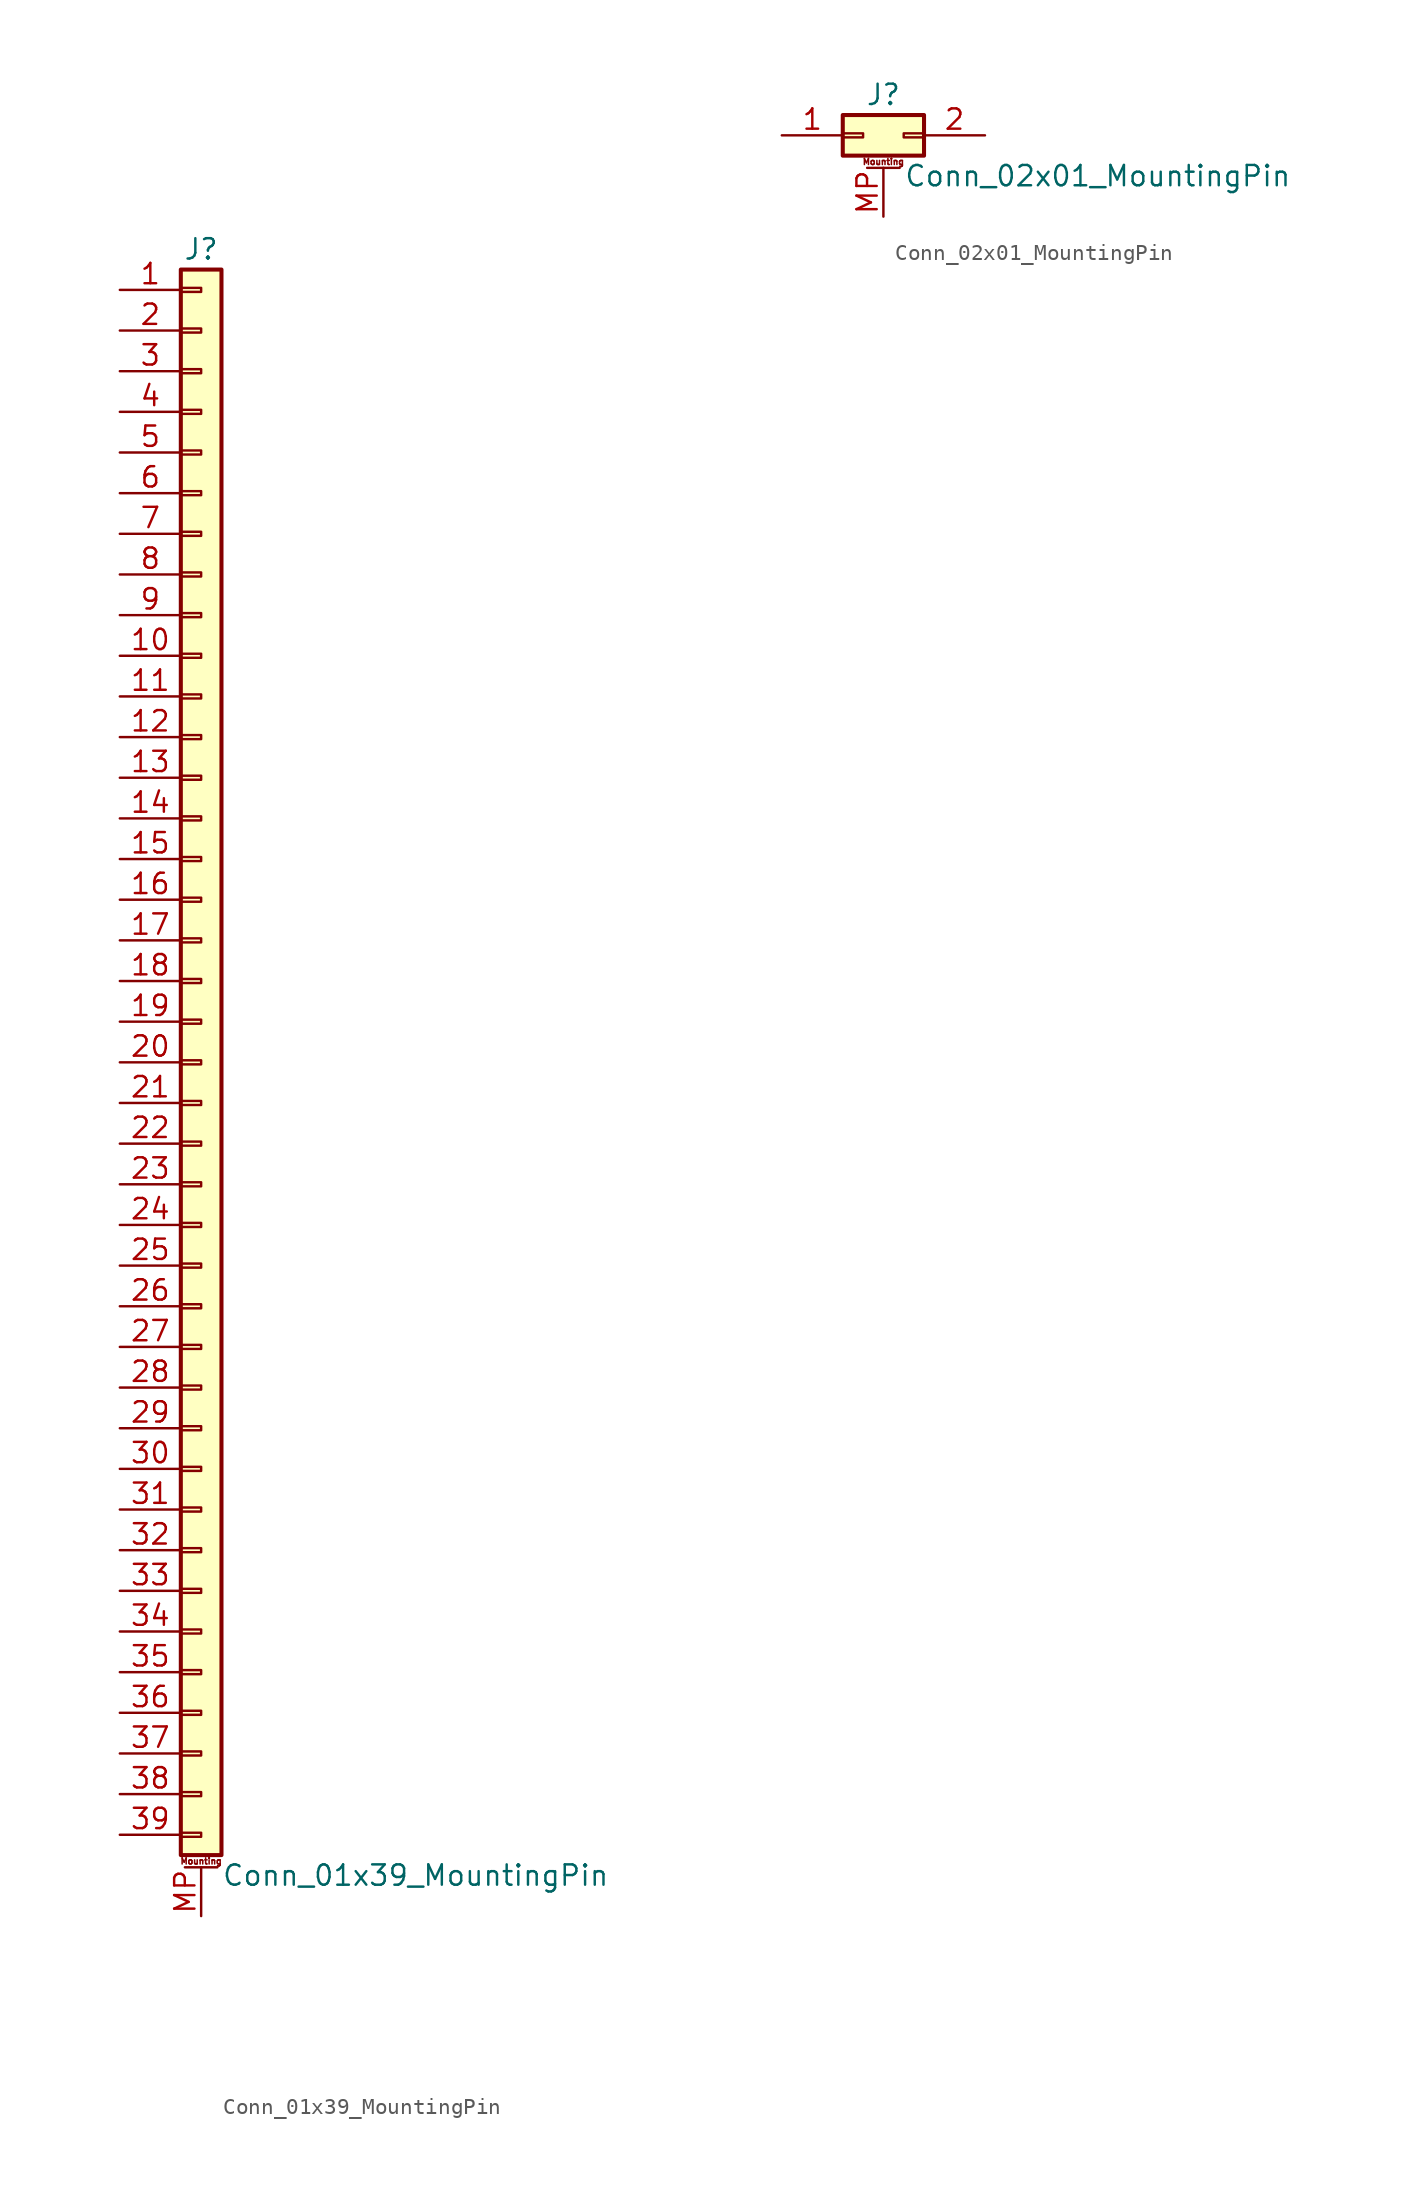
<source format=kicad_sym>
(kicad_symbol_lib
  (version 20211014)
  (generator kicad_symbol_editor)
  (symbol "Conn_01x39_MountingPin"
    (pin_names
      (offset 1.016) hide)
    (property "Reference" "J"
      (at 0 50.8 0)
      (effects (font (size 1.27 1.27))))
    (property "Value" "Conn_01x39_MountingPin"
      (at 1.27 -50.8 0)
      (effects (font (size 1.27 1.27)) (justify left)))
    (symbol "Conn_01x39_MountingPin_1_1"
      (rectangle (start -1.27 -48.133) (end 0 -48.387) (stroke (width 0.152) (type default) (color 0 0 0 0)) (fill (type none)))
      (rectangle (start -1.27 -45.593) (end 0 -45.847) (stroke (width 0.152) (type default) (color 0 0 0 0)) (fill (type none)))
      (rectangle (start -1.27 -43.053) (end 0 -43.307) (stroke (width 0.152) (type default) (color 0 0 0 0)) (fill (type none)))
      (rectangle (start -1.27 -40.513) (end 0 -40.767) (stroke (width 0.152) (type default) (color 0 0 0 0)) (fill (type none)))
      (rectangle (start -1.27 -37.973) (end 0 -38.227) (stroke (width 0.152) (type default) (color 0 0 0 0)) (fill (type none)))
      (rectangle (start -1.27 -35.433) (end 0 -35.687) (stroke (width 0.152) (type default) (color 0 0 0 0)) (fill (type none)))
      (rectangle (start -1.27 -32.893) (end 0 -33.147) (stroke (width 0.152) (type default) (color 0 0 0 0)) (fill (type none)))
      (rectangle (start -1.27 -30.353) (end 0 -30.607) (stroke (width 0.152) (type default) (color 0 0 0 0)) (fill (type none)))
      (rectangle (start -1.27 -27.813) (end 0 -28.067) (stroke (width 0.152) (type default) (color 0 0 0 0)) (fill (type none)))
      (rectangle (start -1.27 -25.273) (end 0 -25.527) (stroke (width 0.152) (type default) (color 0 0 0 0)) (fill (type none)))
      (rectangle (start -1.27 -22.733) (end 0 -22.987) (stroke (width 0.152) (type default) (color 0 0 0 0)) (fill (type none)))
      (rectangle (start -1.27 -20.193) (end 0 -20.447) (stroke (width 0.152) (type default) (color 0 0 0 0)) (fill (type none)))
      (rectangle (start -1.27 -17.653) (end 0 -17.907) (stroke (width 0.152) (type default) (color 0 0 0 0)) (fill (type none)))
      (rectangle (start -1.27 -15.113) (end 0 -15.367) (stroke (width 0.152) (type default) (color 0 0 0 0)) (fill (type none)))
      (rectangle (start -1.27 -12.573) (end 0 -12.827) (stroke (width 0.152) (type default) (color 0 0 0 0)) (fill (type none)))
      (rectangle (start -1.27 -10.033) (end 0 -10.287) (stroke (width 0.152) (type default) (color 0 0 0 0)) (fill (type none)))
      (rectangle (start -1.27 -7.493) (end 0 -7.747) (stroke (width 0.152) (type default) (color 0 0 0 0)) (fill (type none)))
      (rectangle (start -1.27 -4.953) (end 0 -5.207) (stroke (width 0.152) (type default) (color 0 0 0 0)) (fill (type none)))
      (rectangle (start -1.27 -2.413) (end 0 -2.667) (stroke (width 0.152) (type default) (color 0 0 0 0)) (fill (type none)))
      (rectangle (start -1.27 0.127) (end 0 -0.127) (stroke (width 0.152) (type default) (color 0 0 0 0)) (fill (type none)))
      (rectangle (start -1.27 2.667) (end 0 2.413) (stroke (width 0.152) (type default) (color 0 0 0 0)) (fill (type none)))
      (rectangle (start -1.27 5.207) (end 0 4.953) (stroke (width 0.152) (type default) (color 0 0 0 0)) (fill (type none)))
      (rectangle (start -1.27 7.747) (end 0 7.493) (stroke (width 0.152) (type default) (color 0 0 0 0)) (fill (type none)))
      (rectangle (start -1.27 10.287) (end 0 10.033) (stroke (width 0.152) (type default) (color 0 0 0 0)) (fill (type none)))
      (rectangle (start -1.27 12.827) (end 0 12.573) (stroke (width 0.152) (type default) (color 0 0 0 0)) (fill (type none)))
      (rectangle (start -1.27 15.367) (end 0 15.113) (stroke (width 0.152) (type default) (color 0 0 0 0)) (fill (type none)))
      (rectangle (start -1.27 17.907) (end 0 17.653) (stroke (width 0.152) (type default) (color 0 0 0 0)) (fill (type none)))
      (rectangle (start -1.27 20.447) (end 0 20.193) (stroke (width 0.152) (type default) (color 0 0 0 0)) (fill (type none)))
      (rectangle (start -1.27 22.987) (end 0 22.733) (stroke (width 0.152) (type default) (color 0 0 0 0)) (fill (type none)))
      (rectangle (start -1.27 25.527) (end 0 25.273) (stroke (width 0.152) (type default) (color 0 0 0 0)) (fill (type none)))
      (rectangle (start -1.27 28.067) (end 0 27.813) (stroke (width 0.152) (type default) (color 0 0 0 0)) (fill (type none)))
      (rectangle (start -1.27 30.607) (end 0 30.353) (stroke (width 0.152) (type default) (color 0 0 0 0)) (fill (type none)))
      (rectangle (start -1.27 33.147) (end 0 32.893) (stroke (width 0.152) (type default) (color 0 0 0 0)) (fill (type none)))
      (rectangle (start -1.27 35.687) (end 0 35.433) (stroke (width 0.152) (type default) (color 0 0 0 0)) (fill (type none)))
      (rectangle (start -1.27 38.227) (end 0 37.973) (stroke (width 0.152) (type default) (color 0 0 0 0)) (fill (type none)))
      (rectangle (start -1.27 40.767) (end 0 40.513) (stroke (width 0.152) (type default) (color 0 0 0 0)) (fill (type none)))
      (rectangle (start -1.27 43.307) (end 0 43.053) (stroke (width 0.152) (type default) (color 0 0 0 0)) (fill (type none)))
      (rectangle (start -1.27 45.847) (end 0 45.593) (stroke (width 0.152) (type default) (color 0 0 0 0)) (fill (type none)))
      (rectangle (start -1.27 48.387) (end 0 48.133) (stroke (width 0.152) (type default) (color 0 0 0 0)) (fill (type none)))
      (rectangle (start -1.27 49.53) (end 1.27 -49.53) (stroke (width 0.254) (type default) (color 0 0 0 0)) (fill (type background)))
      (polyline (pts (xy -1.016 -50.292) (xy 1.016 -50.292)) (stroke (width 0.152) (type default) (color 0 0 0 0)) (fill (type none)))
      (text "Mounting" (at 0 -49.911 0) (effects (font (size 0.381 0.381))))
      (pin passive line (at -5.08 48.26 0) (length 3.81) (name "Pin_1" (effects (font (size 1.27 1.27)))) (number "1" (effects (font (size 1.27 1.27)))))
      (pin passive line (at -5.08 25.4 0) (length 3.81) (name "Pin_10" (effects (font (size 1.27 1.27)))) (number "10" (effects (font (size 1.27 1.27)))))
      (pin passive line (at -5.08 22.86 0) (length 3.81) (name "Pin_11" (effects (font (size 1.27 1.27)))) (number "11" (effects (font (size 1.27 1.27)))))
      (pin passive line (at -5.08 20.32 0) (length 3.81) (name "Pin_12" (effects (font (size 1.27 1.27)))) (number "12" (effects (font (size 1.27 1.27)))))
      (pin passive line (at -5.08 17.78 0) (length 3.81) (name "Pin_13" (effects (font (size 1.27 1.27)))) (number "13" (effects (font (size 1.27 1.27)))))
      (pin passive line (at -5.08 15.24 0) (length 3.81) (name "Pin_14" (effects (font (size 1.27 1.27)))) (number "14" (effects (font (size 1.27 1.27)))))
      (pin passive line (at -5.08 12.7 0) (length 3.81) (name "Pin_15" (effects (font (size 1.27 1.27)))) (number "15" (effects (font (size 1.27 1.27)))))
      (pin passive line (at -5.08 10.16 0) (length 3.81) (name "Pin_16" (effects (font (size 1.27 1.27)))) (number "16" (effects (font (size 1.27 1.27)))))
      (pin passive line (at -5.08 7.62 0) (length 3.81) (name "Pin_17" (effects (font (size 1.27 1.27)))) (number "17" (effects (font (size 1.27 1.27)))))
      (pin passive line (at -5.08 5.08 0) (length 3.81) (name "Pin_18" (effects (font (size 1.27 1.27)))) (number "18" (effects (font (size 1.27 1.27)))))
      (pin passive line (at -5.08 2.54 0) (length 3.81) (name "Pin_19" (effects (font (size 1.27 1.27)))) (number "19" (effects (font (size 1.27 1.27)))))
      (pin passive line (at -5.08 45.72 0) (length 3.81) (name "Pin_2" (effects (font (size 1.27 1.27)))) (number "2" (effects (font (size 1.27 1.27)))))
      (pin passive line (at -5.08 0 0) (length 3.81) (name "Pin_20" (effects (font (size 1.27 1.27)))) (number "20" (effects (font (size 1.27 1.27)))))
      (pin passive line (at -5.08 -2.54 0) (length 3.81) (name "Pin_21" (effects (font (size 1.27 1.27)))) (number "21" (effects (font (size 1.27 1.27)))))
      (pin passive line (at -5.08 -5.08 0) (length 3.81) (name "Pin_22" (effects (font (size 1.27 1.27)))) (number "22" (effects (font (size 1.27 1.27)))))
      (pin passive line (at -5.08 -7.62 0) (length 3.81) (name "Pin_23" (effects (font (size 1.27 1.27)))) (number "23" (effects (font (size 1.27 1.27)))))
      (pin passive line (at -5.08 -10.16 0) (length 3.81) (name "Pin_24" (effects (font (size 1.27 1.27)))) (number "24" (effects (font (size 1.27 1.27)))))
      (pin passive line (at -5.08 -12.7 0) (length 3.81) (name "Pin_25" (effects (font (size 1.27 1.27)))) (number "25" (effects (font (size 1.27 1.27)))))
      (pin passive line (at -5.08 -15.24 0) (length 3.81) (name "Pin_26" (effects (font (size 1.27 1.27)))) (number "26" (effects (font (size 1.27 1.27)))))
      (pin passive line (at -5.08 -17.78 0) (length 3.81) (name "Pin_27" (effects (font (size 1.27 1.27)))) (number "27" (effects (font (size 1.27 1.27)))))
      (pin passive line (at -5.08 -20.32 0) (length 3.81) (name "Pin_28" (effects (font (size 1.27 1.27)))) (number "28" (effects (font (size 1.27 1.27)))))
      (pin passive line (at -5.08 -22.86 0) (length 3.81) (name "Pin_29" (effects (font (size 1.27 1.27)))) (number "29" (effects (font (size 1.27 1.27)))))
      (pin passive line (at -5.08 43.18 0) (length 3.81) (name "Pin_3" (effects (font (size 1.27 1.27)))) (number "3" (effects (font (size 1.27 1.27)))))
      (pin passive line (at -5.08 -25.4 0) (length 3.81) (name "Pin_30" (effects (font (size 1.27 1.27)))) (number "30" (effects (font (size 1.27 1.27)))))
      (pin passive line (at -5.08 -27.94 0) (length 3.81) (name "Pin_31" (effects (font (size 1.27 1.27)))) (number "31" (effects (font (size 1.27 1.27)))))
      (pin passive line (at -5.08 -30.48 0) (length 3.81) (name "Pin_32" (effects (font (size 1.27 1.27)))) (number "32" (effects (font (size 1.27 1.27)))))
      (pin passive line (at -5.08 -33.02 0) (length 3.81) (name "Pin_33" (effects (font (size 1.27 1.27)))) (number "33" (effects (font (size 1.27 1.27)))))
      (pin passive line (at -5.08 -35.56 0) (length 3.81) (name "Pin_34" (effects (font (size 1.27 1.27)))) (number "34" (effects (font (size 1.27 1.27)))))
      (pin passive line (at -5.08 -38.1 0) (length 3.81) (name "Pin_35" (effects (font (size 1.27 1.27)))) (number "35" (effects (font (size 1.27 1.27)))))
      (pin passive line (at -5.08 -40.64 0) (length 3.81) (name "Pin_36" (effects (font (size 1.27 1.27)))) (number "36" (effects (font (size 1.27 1.27)))))
      (pin passive line (at -5.08 -43.18 0) (length 3.81) (name "Pin_37" (effects (font (size 1.27 1.27)))) (number "37" (effects (font (size 1.27 1.27)))))
      (pin passive line (at -5.08 -45.72 0) (length 3.81) (name "Pin_38" (effects (font (size 1.27 1.27)))) (number "38" (effects (font (size 1.27 1.27)))))
      (pin passive line (at -5.08 -48.26 0) (length 3.81) (name "Pin_39" (effects (font (size 1.27 1.27)))) (number "39" (effects (font (size 1.27 1.27)))))
      (pin passive line (at -5.08 40.64 0) (length 3.81) (name "Pin_4" (effects (font (size 1.27 1.27)))) (number "4" (effects (font (size 1.27 1.27)))))
      (pin passive line (at -5.08 38.1 0) (length 3.81) (name "Pin_5" (effects (font (size 1.27 1.27)))) (number "5" (effects (font (size 1.27 1.27)))))
      (pin passive line (at -5.08 35.56 0) (length 3.81) (name "Pin_6" (effects (font (size 1.27 1.27)))) (number "6" (effects (font (size 1.27 1.27)))))
      (pin passive line (at -5.08 33.02 0) (length 3.81) (name "Pin_7" (effects (font (size 1.27 1.27)))) (number "7" (effects (font (size 1.27 1.27)))))
      (pin passive line (at -5.08 30.48 0) (length 3.81) (name "Pin_8" (effects (font (size 1.27 1.27)))) (number "8" (effects (font (size 1.27 1.27)))))
      (pin passive line (at -5.08 27.94 0) (length 3.81) (name "Pin_9" (effects (font (size 1.27 1.27)))) (number "9" (effects (font (size 1.27 1.27)))))
      (pin passive line (at 0 -53.34 90) (length 3.048) (name "MountPin" (effects (font (size 1.27 1.27)))) (number "MP" (effects (font (size 1.27 1.27)))))))
  (symbol "Conn_02x01_MountingPin"
    (pin_names
      (offset 1.016) hide)
    (property "Reference" "J"
      (at 1.27 2.54 0)
      (effects (font (size 1.27 1.27))))
    (property "Value" "Conn_02x01_MountingPin"
      (at 2.54 -2.54 0)
      (effects (font (size 1.27 1.27)) (justify left)))
    (symbol "Conn_02x01_MountingPin_1_1"
      (rectangle (start -1.27 0.127) (end 0 -0.127) (stroke (width 0.152) (type default) (color 0 0 0 0)) (fill (type none)))
      (rectangle (start -1.27 1.27) (end 3.81 -1.27) (stroke (width 0.254) (type default) (color 0 0 0 0)) (fill (type background)))
      (polyline (pts (xy 0.254 -2.032) (xy 2.286 -2.032)) (stroke (width 0.152) (type default) (color 0 0 0 0)) (fill (type none)))
      (rectangle (start 3.81 0.127) (end 2.54 -0.127) (stroke (width 0.152) (type default) (color 0 0 0 0)) (fill (type none)))
      (text "Mounting" (at 1.27 -1.651 0) (effects (font (size 0.381 0.381))))
      (pin passive line (at -5.08 0 0) (length 3.81) (name "Pin_1" (effects (font (size 1.27 1.27)))) (number "1" (effects (font (size 1.27 1.27)))))
      (pin passive line (at 7.62 0 180) (length 3.81) (name "Pin_2" (effects (font (size 1.27 1.27)))) (number "2" (effects (font (size 1.27 1.27)))))
      (pin passive line (at 1.27 -5.08 90) (length 3.048) (name "MountPin" (effects (font (size 1.27 1.27)))) (number "MP" (effects (font (size 1.27 1.27))))))))
</source>
